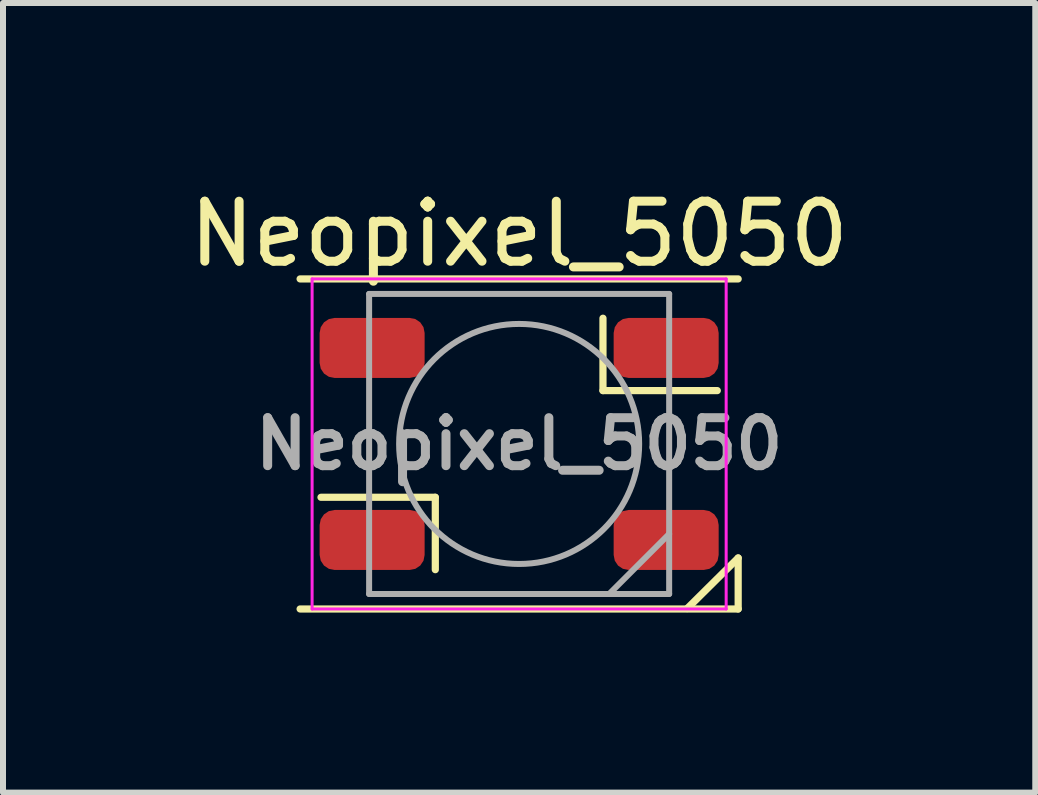
<source format=kicad_pcb>
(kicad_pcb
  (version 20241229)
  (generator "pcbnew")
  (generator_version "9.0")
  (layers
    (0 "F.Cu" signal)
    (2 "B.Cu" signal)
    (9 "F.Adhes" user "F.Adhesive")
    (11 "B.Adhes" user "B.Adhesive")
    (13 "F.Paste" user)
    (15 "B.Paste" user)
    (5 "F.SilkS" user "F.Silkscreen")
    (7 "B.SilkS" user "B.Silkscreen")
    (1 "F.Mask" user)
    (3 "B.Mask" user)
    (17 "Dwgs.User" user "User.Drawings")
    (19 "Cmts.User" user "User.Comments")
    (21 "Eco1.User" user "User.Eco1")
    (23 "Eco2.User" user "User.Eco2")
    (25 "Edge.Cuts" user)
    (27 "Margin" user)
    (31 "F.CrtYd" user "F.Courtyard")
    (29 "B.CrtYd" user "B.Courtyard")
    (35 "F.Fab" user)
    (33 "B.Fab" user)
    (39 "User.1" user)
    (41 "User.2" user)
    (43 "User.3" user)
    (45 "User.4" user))
  (footprint "Neopixel_5050"
    (layer "F.Cu")
    (at 5.601 4.348)
    (property "Reference" "Neopixel_5050" (at 0 -3.5 0) (layer "F.SilkS") (effects (font (size 1 1) (thickness 0.15))))
    (attr smd)
    (fp_line (start -3.65 -2.75) (end 3.65 -2.75) (stroke (width 0.12) (type solid)) (layer "F.SilkS"))
    (fp_line (start -3.65 2.75) (end 3.65 2.75) (stroke (width 0.12) (type solid)) (layer "F.SilkS"))
    (fp_line (start -1.397 0.889) (end -3.302 0.889) (stroke (width 0.12) (type solid)) (layer "F.SilkS"))
    (fp_line (start -1.397 2.095) (end -1.397 0.889) (stroke (width 0.12) (type solid)) (layer "F.SilkS"))
    (fp_line (start 1.397 -2.095) (end 1.397 -0.889) (stroke (width 0.12) (type solid)) (layer "F.SilkS"))
    (fp_line (start 1.397 -0.889) (end 3.302 -0.889) (stroke (width 0.12) (type solid)) (layer "F.SilkS"))
    (fp_line (start 3.65 1.9) (end 2.8 2.743) (stroke (width 0.12) (type solid)) (layer "F.SilkS"))
    (fp_line (start 3.65 2.75) (end 3.65 1.9) (stroke (width 0.12) (type solid)) (layer "F.SilkS"))
    (fp_line (start -3.45 -2.75) (end -3.45 2.75) (stroke (width 0.05) (type solid)) (layer "F.CrtYd"))
    (fp_line (start -3.45 2.75) (end 3.45 2.75) (stroke (width 0.05) (type solid)) (layer "F.CrtYd"))
    (fp_line (start 3.45 -2.75) (end -3.45 -2.75) (stroke (width 0.05) (type solid)) (layer "F.CrtYd"))
    (fp_line (start 3.45 2.75) (end 3.45 -2.75) (stroke (width 0.05) (type solid)) (layer "F.CrtYd"))
    (fp_line (start -2.5 -2.5) (end -2.5 2.5) (stroke (width 0.1) (type solid)) (layer "F.Fab"))
    (fp_line (start -2.5 2.5) (end 2.5 2.5) (stroke (width 0.1) (type solid)) (layer "F.Fab"))
    (fp_line (start 2.5 -2.5) (end -2.5 -2.5) (stroke (width 0.1) (type solid)) (layer "F.Fab"))
    (fp_line (start 2.5 1.5) (end 1.5 2.5) (stroke (width 0.1) (type solid)) (layer "F.Fab"))
    (fp_line (start 2.5 2.5) (end 2.5 -2.5) (stroke (width 0.1) (type solid)) (layer "F.Fab"))
    (fp_circle (center 0 0) (end 0 -2) (stroke (width 0.1) (type solid)) (fill no) (layer "F.Fab"))
    (fp_text user "${REFERENCE}" (at 0 0 0) (layer "F.Fab") (effects (font (size 0.8 0.8) (thickness 0.15))))
    (pad "1" smd roundrect (at -2.45 -1.6) (size 1.75 1) (layers "F.Cu" "F.Mask" "F.Paste") (roundrect_rratio 0.25))
    (pad "2" smd roundrect (at -2.45 1.6) (size 1.75 1) (layers "F.Cu" "F.Mask" "F.Paste") (roundrect_rratio 0.25))
    (pad "3" smd roundrect (at 2.45 1.6) (size 1.75 1) (layers "F.Cu" "F.Mask" "F.Paste") (roundrect_rratio 0.25))
    (pad "4" smd roundrect (at 2.45 -1.6) (size 1.75 1) (layers "F.Cu" "F.Mask" "F.Paste") (roundrect_rratio 0.25)))
  (gr_rect
    (start -3 -3)
    (end 14.202 10.158)
    (stroke (width 0.1) (type default))
    (fill no)
    (layer "Edge.Cuts")))
</source>
